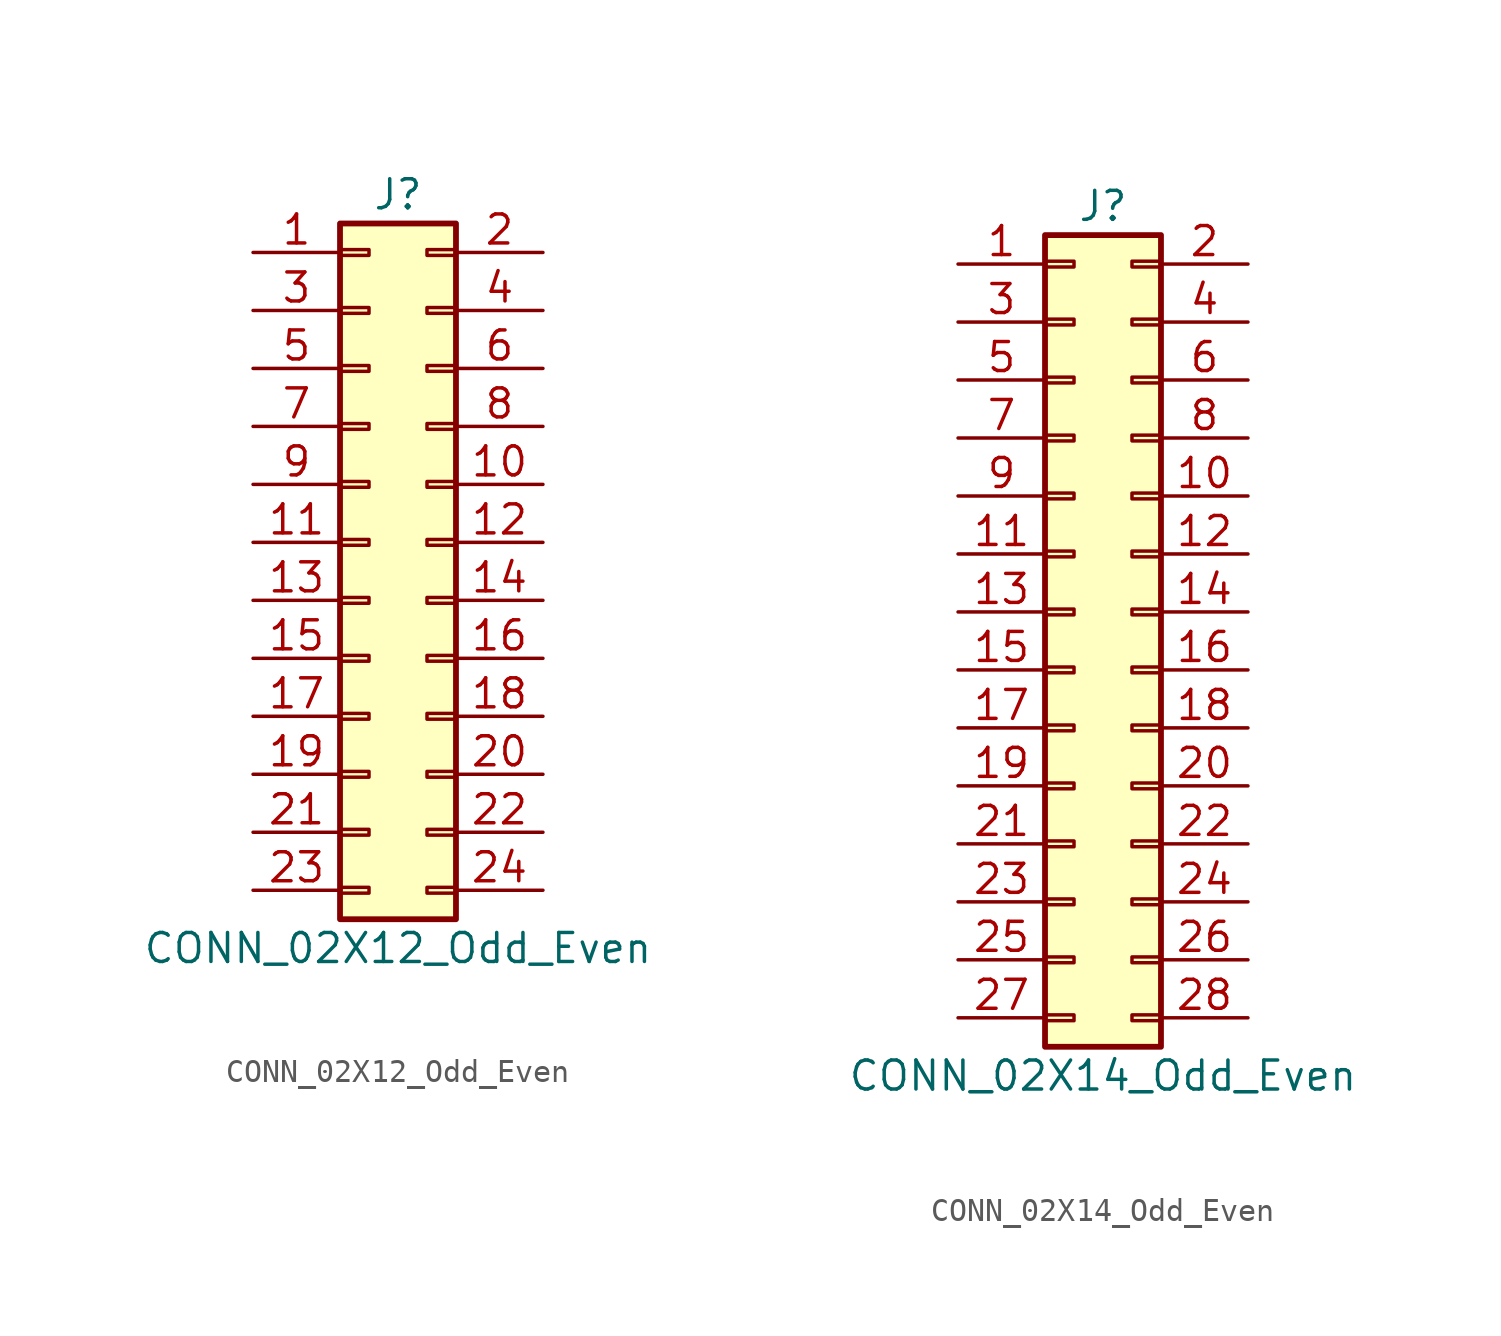
<source format=kicad_sym>
(kicad_symbol_lib
  (version 20211014)
  (generator kicad_symbol_editor)
  (symbol "CONN_02X12_Odd_Even"
    (pin_names
      (offset 1.016) hide)
    (property "Reference" "J"
      (at 1.27 15.24 0)
      (effects (font (size 1.27 1.27))))
    (property "Value" "CONN_02X12_Odd_Even"
      (at 1.27 -17.78 0)
      (effects (font (size 1.27 1.27))))
    (symbol "CONN_02X12_Odd_Even_1_1"
      (rectangle (start -1.27 -15.113) (end 0 -15.367) (stroke (width 0.152) (type default) (color 0 0 0 0)) (fill (type none)))
      (rectangle (start -1.27 -12.573) (end 0 -12.827) (stroke (width 0.152) (type default) (color 0 0 0 0)) (fill (type none)))
      (rectangle (start -1.27 -10.033) (end 0 -10.287) (stroke (width 0.152) (type default) (color 0 0 0 0)) (fill (type none)))
      (rectangle (start -1.27 -7.493) (end 0 -7.747) (stroke (width 0.152) (type default) (color 0 0 0 0)) (fill (type none)))
      (rectangle (start -1.27 -4.953) (end 0 -5.207) (stroke (width 0.152) (type default) (color 0 0 0 0)) (fill (type none)))
      (rectangle (start -1.27 -2.413) (end 0 -2.667) (stroke (width 0.152) (type default) (color 0 0 0 0)) (fill (type none)))
      (rectangle (start -1.27 0.127) (end 0 -0.127) (stroke (width 0.152) (type default) (color 0 0 0 0)) (fill (type none)))
      (rectangle (start -1.27 2.667) (end 0 2.413) (stroke (width 0.152) (type default) (color 0 0 0 0)) (fill (type none)))
      (rectangle (start -1.27 5.207) (end 0 4.953) (stroke (width 0.152) (type default) (color 0 0 0 0)) (fill (type none)))
      (rectangle (start -1.27 7.747) (end 0 7.493) (stroke (width 0.152) (type default) (color 0 0 0 0)) (fill (type none)))
      (rectangle (start -1.27 10.287) (end 0 10.033) (stroke (width 0.152) (type default) (color 0 0 0 0)) (fill (type none)))
      (rectangle (start -1.27 12.827) (end 0 12.573) (stroke (width 0.152) (type default) (color 0 0 0 0)) (fill (type none)))
      (rectangle (start -1.27 13.97) (end 3.81 -16.51) (stroke (width 0.254) (type default) (color 0 0 0 0)) (fill (type background)))
      (rectangle (start 3.81 -15.113) (end 2.54 -15.367) (stroke (width 0.152) (type default) (color 0 0 0 0)) (fill (type none)))
      (rectangle (start 3.81 -12.573) (end 2.54 -12.827) (stroke (width 0.152) (type default) (color 0 0 0 0)) (fill (type none)))
      (rectangle (start 3.81 -10.033) (end 2.54 -10.287) (stroke (width 0.152) (type default) (color 0 0 0 0)) (fill (type none)))
      (rectangle (start 3.81 -7.493) (end 2.54 -7.747) (stroke (width 0.152) (type default) (color 0 0 0 0)) (fill (type none)))
      (rectangle (start 3.81 -4.953) (end 2.54 -5.207) (stroke (width 0.152) (type default) (color 0 0 0 0)) (fill (type none)))
      (rectangle (start 3.81 -2.413) (end 2.54 -2.667) (stroke (width 0.152) (type default) (color 0 0 0 0)) (fill (type none)))
      (rectangle (start 3.81 0.127) (end 2.54 -0.127) (stroke (width 0.152) (type default) (color 0 0 0 0)) (fill (type none)))
      (rectangle (start 3.81 2.667) (end 2.54 2.413) (stroke (width 0.152) (type default) (color 0 0 0 0)) (fill (type none)))
      (rectangle (start 3.81 5.207) (end 2.54 4.953) (stroke (width 0.152) (type default) (color 0 0 0 0)) (fill (type none)))
      (rectangle (start 3.81 7.747) (end 2.54 7.493) (stroke (width 0.152) (type default) (color 0 0 0 0)) (fill (type none)))
      (rectangle (start 3.81 10.287) (end 2.54 10.033) (stroke (width 0.152) (type default) (color 0 0 0 0)) (fill (type none)))
      (rectangle (start 3.81 12.827) (end 2.54 12.573) (stroke (width 0.152) (type default) (color 0 0 0 0)) (fill (type none)))
      (pin passive line (at -5.08 12.7 0) (length 3.81) (name "Pin_1" (effects (font (size 1.27 1.27)))) (number "1" (effects (font (size 1.27 1.27)))))
      (pin passive line (at 7.62 2.54 180) (length 3.81) (name "Pin_10" (effects (font (size 1.27 1.27)))) (number "10" (effects (font (size 1.27 1.27)))))
      (pin passive line (at -5.08 0 0) (length 3.81) (name "Pin_11" (effects (font (size 1.27 1.27)))) (number "11" (effects (font (size 1.27 1.27)))))
      (pin passive line (at 7.62 0 180) (length 3.81) (name "Pin_12" (effects (font (size 1.27 1.27)))) (number "12" (effects (font (size 1.27 1.27)))))
      (pin passive line (at -5.08 -2.54 0) (length 3.81) (name "Pin_13" (effects (font (size 1.27 1.27)))) (number "13" (effects (font (size 1.27 1.27)))))
      (pin passive line (at 7.62 -2.54 180) (length 3.81) (name "Pin_14" (effects (font (size 1.27 1.27)))) (number "14" (effects (font (size 1.27 1.27)))))
      (pin passive line (at -5.08 -5.08 0) (length 3.81) (name "Pin_15" (effects (font (size 1.27 1.27)))) (number "15" (effects (font (size 1.27 1.27)))))
      (pin passive line (at 7.62 -5.08 180) (length 3.81) (name "Pin_16" (effects (font (size 1.27 1.27)))) (number "16" (effects (font (size 1.27 1.27)))))
      (pin passive line (at -5.08 -7.62 0) (length 3.81) (name "Pin_17" (effects (font (size 1.27 1.27)))) (number "17" (effects (font (size 1.27 1.27)))))
      (pin passive line (at 7.62 -7.62 180) (length 3.81) (name "Pin_18" (effects (font (size 1.27 1.27)))) (number "18" (effects (font (size 1.27 1.27)))))
      (pin passive line (at -5.08 -10.16 0) (length 3.81) (name "Pin_19" (effects (font (size 1.27 1.27)))) (number "19" (effects (font (size 1.27 1.27)))))
      (pin passive line (at 7.62 12.7 180) (length 3.81) (name "Pin_2" (effects (font (size 1.27 1.27)))) (number "2" (effects (font (size 1.27 1.27)))))
      (pin passive line (at 7.62 -10.16 180) (length 3.81) (name "Pin_20" (effects (font (size 1.27 1.27)))) (number "20" (effects (font (size 1.27 1.27)))))
      (pin passive line (at -5.08 -12.7 0) (length 3.81) (name "Pin_21" (effects (font (size 1.27 1.27)))) (number "21" (effects (font (size 1.27 1.27)))))
      (pin passive line (at 7.62 -12.7 180) (length 3.81) (name "Pin_22" (effects (font (size 1.27 1.27)))) (number "22" (effects (font (size 1.27 1.27)))))
      (pin passive line (at -5.08 -15.24 0) (length 3.81) (name "Pin_23" (effects (font (size 1.27 1.27)))) (number "23" (effects (font (size 1.27 1.27)))))
      (pin passive line (at 7.62 -15.24 180) (length 3.81) (name "Pin_24" (effects (font (size 1.27 1.27)))) (number "24" (effects (font (size 1.27 1.27)))))
      (pin passive line (at -5.08 10.16 0) (length 3.81) (name "Pin_3" (effects (font (size 1.27 1.27)))) (number "3" (effects (font (size 1.27 1.27)))))
      (pin passive line (at 7.62 10.16 180) (length 3.81) (name "Pin_4" (effects (font (size 1.27 1.27)))) (number "4" (effects (font (size 1.27 1.27)))))
      (pin passive line (at -5.08 7.62 0) (length 3.81) (name "Pin_5" (effects (font (size 1.27 1.27)))) (number "5" (effects (font (size 1.27 1.27)))))
      (pin passive line (at 7.62 7.62 180) (length 3.81) (name "Pin_6" (effects (font (size 1.27 1.27)))) (number "6" (effects (font (size 1.27 1.27)))))
      (pin passive line (at -5.08 5.08 0) (length 3.81) (name "Pin_7" (effects (font (size 1.27 1.27)))) (number "7" (effects (font (size 1.27 1.27)))))
      (pin passive line (at 7.62 5.08 180) (length 3.81) (name "Pin_8" (effects (font (size 1.27 1.27)))) (number "8" (effects (font (size 1.27 1.27)))))
      (pin passive line (at -5.08 2.54 0) (length 3.81) (name "Pin_9" (effects (font (size 1.27 1.27)))) (number "9" (effects (font (size 1.27 1.27)))))))
  (symbol "CONN_02X14_Odd_Even"
    (pin_names
      (offset 1.016) hide)
    (property "Reference" "J"
      (at 1.27 17.78 0)
      (effects (font (size 1.27 1.27))))
    (property "Value" "CONN_02X14_Odd_Even"
      (at 1.27 -20.32 0)
      (effects (font (size 1.27 1.27))))
    (symbol "CONN_02X14_Odd_Even_1_1"
      (rectangle (start -1.27 -17.653) (end 0 -17.907) (stroke (width 0.152) (type default) (color 0 0 0 0)) (fill (type none)))
      (rectangle (start -1.27 -15.113) (end 0 -15.367) (stroke (width 0.152) (type default) (color 0 0 0 0)) (fill (type none)))
      (rectangle (start -1.27 -12.573) (end 0 -12.827) (stroke (width 0.152) (type default) (color 0 0 0 0)) (fill (type none)))
      (rectangle (start -1.27 -10.033) (end 0 -10.287) (stroke (width 0.152) (type default) (color 0 0 0 0)) (fill (type none)))
      (rectangle (start -1.27 -7.493) (end 0 -7.747) (stroke (width 0.152) (type default) (color 0 0 0 0)) (fill (type none)))
      (rectangle (start -1.27 -4.953) (end 0 -5.207) (stroke (width 0.152) (type default) (color 0 0 0 0)) (fill (type none)))
      (rectangle (start -1.27 -2.413) (end 0 -2.667) (stroke (width 0.152) (type default) (color 0 0 0 0)) (fill (type none)))
      (rectangle (start -1.27 0.127) (end 0 -0.127) (stroke (width 0.152) (type default) (color 0 0 0 0)) (fill (type none)))
      (rectangle (start -1.27 2.667) (end 0 2.413) (stroke (width 0.152) (type default) (color 0 0 0 0)) (fill (type none)))
      (rectangle (start -1.27 5.207) (end 0 4.953) (stroke (width 0.152) (type default) (color 0 0 0 0)) (fill (type none)))
      (rectangle (start -1.27 7.747) (end 0 7.493) (stroke (width 0.152) (type default) (color 0 0 0 0)) (fill (type none)))
      (rectangle (start -1.27 10.287) (end 0 10.033) (stroke (width 0.152) (type default) (color 0 0 0 0)) (fill (type none)))
      (rectangle (start -1.27 12.827) (end 0 12.573) (stroke (width 0.152) (type default) (color 0 0 0 0)) (fill (type none)))
      (rectangle (start -1.27 15.367) (end 0 15.113) (stroke (width 0.152) (type default) (color 0 0 0 0)) (fill (type none)))
      (rectangle (start -1.27 16.51) (end 3.81 -19.05) (stroke (width 0.254) (type default) (color 0 0 0 0)) (fill (type background)))
      (rectangle (start 3.81 -17.653) (end 2.54 -17.907) (stroke (width 0.152) (type default) (color 0 0 0 0)) (fill (type none)))
      (rectangle (start 3.81 -15.113) (end 2.54 -15.367) (stroke (width 0.152) (type default) (color 0 0 0 0)) (fill (type none)))
      (rectangle (start 3.81 -12.573) (end 2.54 -12.827) (stroke (width 0.152) (type default) (color 0 0 0 0)) (fill (type none)))
      (rectangle (start 3.81 -10.033) (end 2.54 -10.287) (stroke (width 0.152) (type default) (color 0 0 0 0)) (fill (type none)))
      (rectangle (start 3.81 -7.493) (end 2.54 -7.747) (stroke (width 0.152) (type default) (color 0 0 0 0)) (fill (type none)))
      (rectangle (start 3.81 -4.953) (end 2.54 -5.207) (stroke (width 0.152) (type default) (color 0 0 0 0)) (fill (type none)))
      (rectangle (start 3.81 -2.413) (end 2.54 -2.667) (stroke (width 0.152) (type default) (color 0 0 0 0)) (fill (type none)))
      (rectangle (start 3.81 0.127) (end 2.54 -0.127) (stroke (width 0.152) (type default) (color 0 0 0 0)) (fill (type none)))
      (rectangle (start 3.81 2.667) (end 2.54 2.413) (stroke (width 0.152) (type default) (color 0 0 0 0)) (fill (type none)))
      (rectangle (start 3.81 5.207) (end 2.54 4.953) (stroke (width 0.152) (type default) (color 0 0 0 0)) (fill (type none)))
      (rectangle (start 3.81 7.747) (end 2.54 7.493) (stroke (width 0.152) (type default) (color 0 0 0 0)) (fill (type none)))
      (rectangle (start 3.81 10.287) (end 2.54 10.033) (stroke (width 0.152) (type default) (color 0 0 0 0)) (fill (type none)))
      (rectangle (start 3.81 12.827) (end 2.54 12.573) (stroke (width 0.152) (type default) (color 0 0 0 0)) (fill (type none)))
      (rectangle (start 3.81 15.367) (end 2.54 15.113) (stroke (width 0.152) (type default) (color 0 0 0 0)) (fill (type none)))
      (pin passive line (at -5.08 15.24 0) (length 3.81) (name "Pin_1" (effects (font (size 1.27 1.27)))) (number "1" (effects (font (size 1.27 1.27)))))
      (pin passive line (at 7.62 5.08 180) (length 3.81) (name "Pin_10" (effects (font (size 1.27 1.27)))) (number "10" (effects (font (size 1.27 1.27)))))
      (pin passive line (at -5.08 2.54 0) (length 3.81) (name "Pin_11" (effects (font (size 1.27 1.27)))) (number "11" (effects (font (size 1.27 1.27)))))
      (pin passive line (at 7.62 2.54 180) (length 3.81) (name "Pin_12" (effects (font (size 1.27 1.27)))) (number "12" (effects (font (size 1.27 1.27)))))
      (pin passive line (at -5.08 0 0) (length 3.81) (name "Pin_13" (effects (font (size 1.27 1.27)))) (number "13" (effects (font (size 1.27 1.27)))))
      (pin passive line (at 7.62 0 180) (length 3.81) (name "Pin_14" (effects (font (size 1.27 1.27)))) (number "14" (effects (font (size 1.27 1.27)))))
      (pin passive line (at -5.08 -2.54 0) (length 3.81) (name "Pin_15" (effects (font (size 1.27 1.27)))) (number "15" (effects (font (size 1.27 1.27)))))
      (pin passive line (at 7.62 -2.54 180) (length 3.81) (name "Pin_16" (effects (font (size 1.27 1.27)))) (number "16" (effects (font (size 1.27 1.27)))))
      (pin passive line (at -5.08 -5.08 0) (length 3.81) (name "Pin_17" (effects (font (size 1.27 1.27)))) (number "17" (effects (font (size 1.27 1.27)))))
      (pin passive line (at 7.62 -5.08 180) (length 3.81) (name "Pin_18" (effects (font (size 1.27 1.27)))) (number "18" (effects (font (size 1.27 1.27)))))
      (pin passive line (at -5.08 -7.62 0) (length 3.81) (name "Pin_19" (effects (font (size 1.27 1.27)))) (number "19" (effects (font (size 1.27 1.27)))))
      (pin passive line (at 7.62 15.24 180) (length 3.81) (name "Pin_2" (effects (font (size 1.27 1.27)))) (number "2" (effects (font (size 1.27 1.27)))))
      (pin passive line (at 7.62 -7.62 180) (length 3.81) (name "Pin_20" (effects (font (size 1.27 1.27)))) (number "20" (effects (font (size 1.27 1.27)))))
      (pin passive line (at -5.08 -10.16 0) (length 3.81) (name "Pin_21" (effects (font (size 1.27 1.27)))) (number "21" (effects (font (size 1.27 1.27)))))
      (pin passive line (at 7.62 -10.16 180) (length 3.81) (name "Pin_22" (effects (font (size 1.27 1.27)))) (number "22" (effects (font (size 1.27 1.27)))))
      (pin passive line (at -5.08 -12.7 0) (length 3.81) (name "Pin_23" (effects (font (size 1.27 1.27)))) (number "23" (effects (font (size 1.27 1.27)))))
      (pin passive line (at 7.62 -12.7 180) (length 3.81) (name "Pin_24" (effects (font (size 1.27 1.27)))) (number "24" (effects (font (size 1.27 1.27)))))
      (pin passive line (at -5.08 -15.24 0) (length 3.81) (name "Pin_25" (effects (font (size 1.27 1.27)))) (number "25" (effects (font (size 1.27 1.27)))))
      (pin passive line (at 7.62 -15.24 180) (length 3.81) (name "Pin_26" (effects (font (size 1.27 1.27)))) (number "26" (effects (font (size 1.27 1.27)))))
      (pin passive line (at -5.08 -17.78 0) (length 3.81) (name "Pin_27" (effects (font (size 1.27 1.27)))) (number "27" (effects (font (size 1.27 1.27)))))
      (pin passive line (at 7.62 -17.78 180) (length 3.81) (name "Pin_28" (effects (font (size 1.27 1.27)))) (number "28" (effects (font (size 1.27 1.27)))))
      (pin passive line (at -5.08 12.7 0) (length 3.81) (name "Pin_3" (effects (font (size 1.27 1.27)))) (number "3" (effects (font (size 1.27 1.27)))))
      (pin passive line (at 7.62 12.7 180) (length 3.81) (name "Pin_4" (effects (font (size 1.27 1.27)))) (number "4" (effects (font (size 1.27 1.27)))))
      (pin passive line (at -5.08 10.16 0) (length 3.81) (name "Pin_5" (effects (font (size 1.27 1.27)))) (number "5" (effects (font (size 1.27 1.27)))))
      (pin passive line (at 7.62 10.16 180) (length 3.81) (name "Pin_6" (effects (font (size 1.27 1.27)))) (number "6" (effects (font (size 1.27 1.27)))))
      (pin passive line (at -5.08 7.62 0) (length 3.81) (name "Pin_7" (effects (font (size 1.27 1.27)))) (number "7" (effects (font (size 1.27 1.27)))))
      (pin passive line (at 7.62 7.62 180) (length 3.81) (name "Pin_8" (effects (font (size 1.27 1.27)))) (number "8" (effects (font (size 1.27 1.27)))))
      (pin passive line (at -5.08 5.08 0) (length 3.81) (name "Pin_9" (effects (font (size 1.27 1.27)))) (number "9" (effects (font (size 1.27 1.27))))))))
</source>
